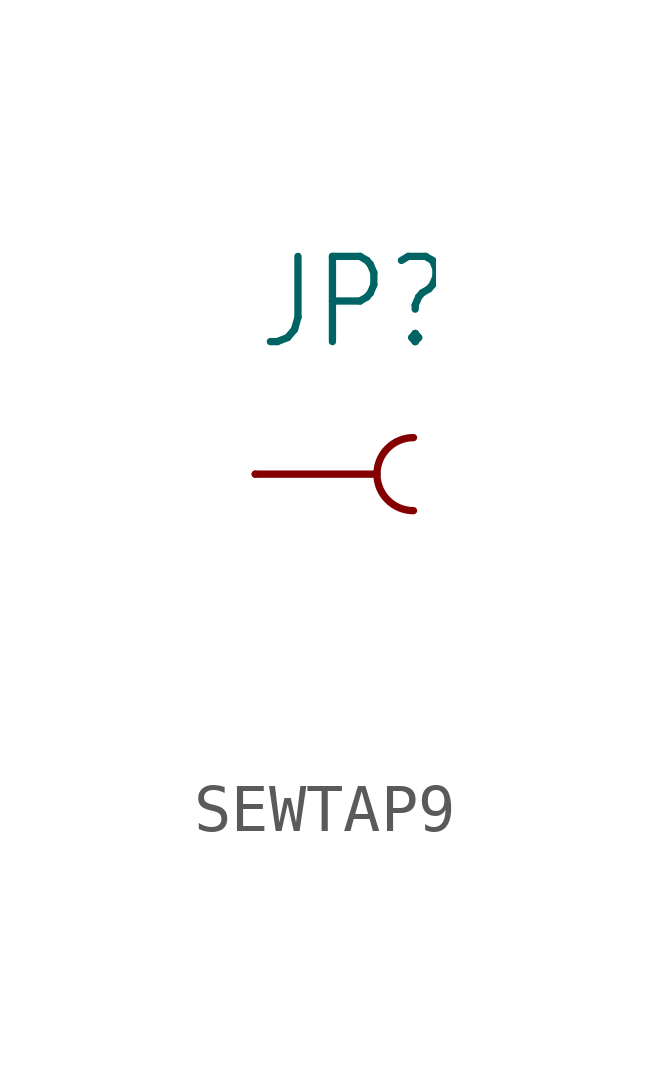
<source format=kicad_sym>
(kicad_symbol_lib
  (version 20220914)
  (generator kicad_symbol_editor)
  (symbol "SEWTAP9"
    (property "Reference" "JP"
      (at -2.54 2.54 0)
      (effects (font (size 1.778 1.511)) (justify left bottom)))
    (property "Value" ""
      (at -2.54 -5.08 0)
      (effects (font (size 1.778 1.511)) (justify left bottom)))
    (property "ki_locked" ""
      (at 0 0 0)
      (effects (font (size 1.27 1.27))))
    (symbol "SEWTAP9_1_0"
      (polyline (pts (xy 0 0) (xy -2.54 0)) (stroke (width 0.152) (type solid)) (fill (type none)))
      (arc (start 0.762 0.762) (mid 0 0) (end 0.762 -0.762) (stroke (width 0.1524) (type solid)) (fill (type none)))
      (pin bidirectional line (at -2.54 0 180) (length 0) (name "1" (effects (font (size 0 0)))) (number "1" (effects (font (size 0 0))))))))
</source>
